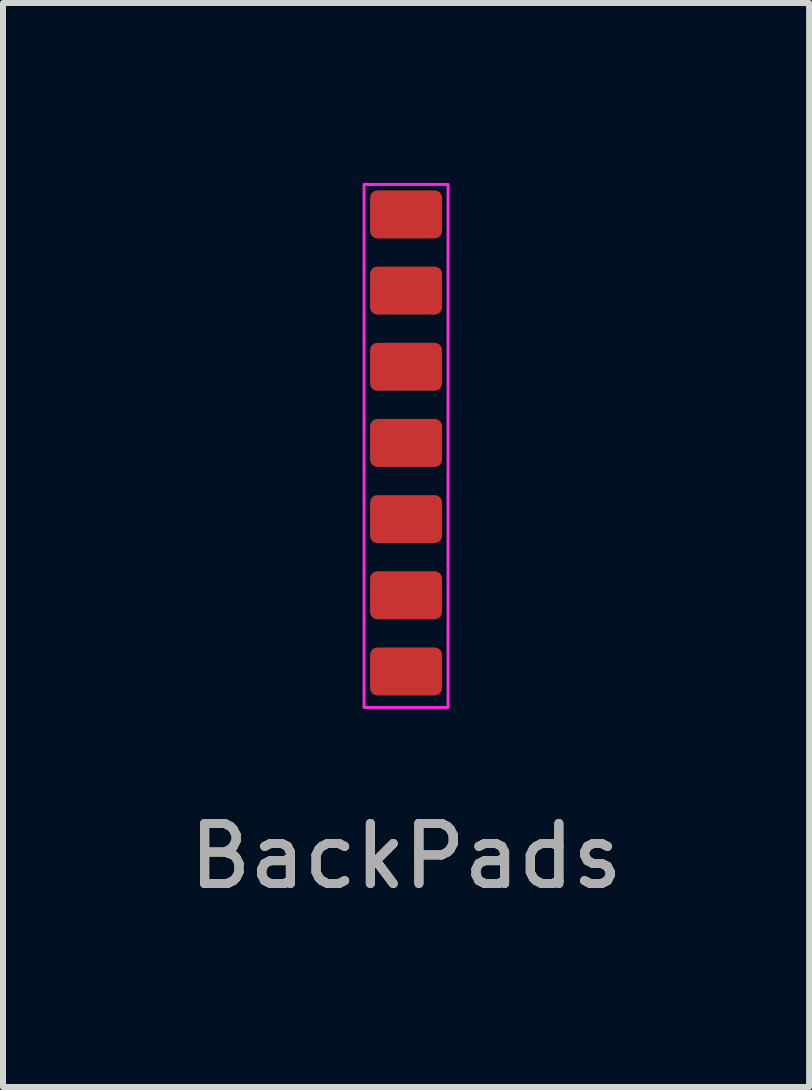
<source format=kicad_pcb>
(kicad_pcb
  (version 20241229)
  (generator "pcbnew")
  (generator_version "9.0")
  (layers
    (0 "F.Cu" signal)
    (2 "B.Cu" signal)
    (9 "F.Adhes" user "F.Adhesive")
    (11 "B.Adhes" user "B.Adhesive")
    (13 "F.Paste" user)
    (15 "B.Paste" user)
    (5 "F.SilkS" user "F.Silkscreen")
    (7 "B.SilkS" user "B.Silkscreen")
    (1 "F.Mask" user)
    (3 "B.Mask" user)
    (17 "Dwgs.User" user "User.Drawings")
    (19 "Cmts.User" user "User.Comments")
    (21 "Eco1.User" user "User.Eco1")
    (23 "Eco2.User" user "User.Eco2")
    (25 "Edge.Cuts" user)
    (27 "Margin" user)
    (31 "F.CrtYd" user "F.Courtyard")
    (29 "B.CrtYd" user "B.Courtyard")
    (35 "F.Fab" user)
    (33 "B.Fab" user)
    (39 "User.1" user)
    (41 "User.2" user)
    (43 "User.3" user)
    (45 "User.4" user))
  (footprint "BackPads"
    (layer "F.Cu")
    (at 3.72 0.525)
    (property "Reference" "BackPads" (at 0 10.7 0) (unlocked yes) (layer "F.SilkS") (effects (font (size 1 1) (thickness 0.15))))
    (attr smd)
    (fp_rect (start 0.7 -0.5) (end -0.7 8.22) (stroke (width 0.05) (type solid)) (fill no) (layer "F.CrtYd"))
    (fp_text user "${REFERENCE}" (at 0 10.7 0) (unlocked yes) (layer "F.Fab") (effects (font (size 1 1) (thickness 0.15))))
    (pad "1" smd roundrect (at 0 0 270) (size 0.8 1.2) (layers "F.Cu" "F.Mask") (roundrect_rratio 0.15))
    (pad "2" smd roundrect (at 0 1.27 270) (size 0.8 1.2) (layers "F.Cu" "F.Mask") (roundrect_rratio 0.15))
    (pad "3" smd roundrect (at 0 2.54 270) (size 0.8 1.2) (layers "F.Cu" "F.Mask") (roundrect_rratio 0.15))
    (pad "4" smd roundrect (at 0 3.81 270) (size 0.8 1.2) (layers "F.Cu" "F.Mask") (roundrect_rratio 0.15))
    (pad "5" smd roundrect (at 0 5.08 270) (size 0.8 1.2) (layers "F.Cu" "F.Mask") (roundrect_rratio 0.15))
    (pad "6" smd roundrect (at 0 6.35 270) (size 0.8 1.2) (layers "F.Cu" "F.Mask") (roundrect_rratio 0.15))
    (pad "7" smd roundrect (at 0 7.62 270) (size 0.8 1.2) (layers "F.Cu" "F.Mask") (roundrect_rratio 0.15)))
  (gr_rect
    (start -3 -3)
    (end 10.44 15.073)
    (stroke (width 0.1) (type default))
    (fill no)
    (layer "Edge.Cuts")))
</source>
